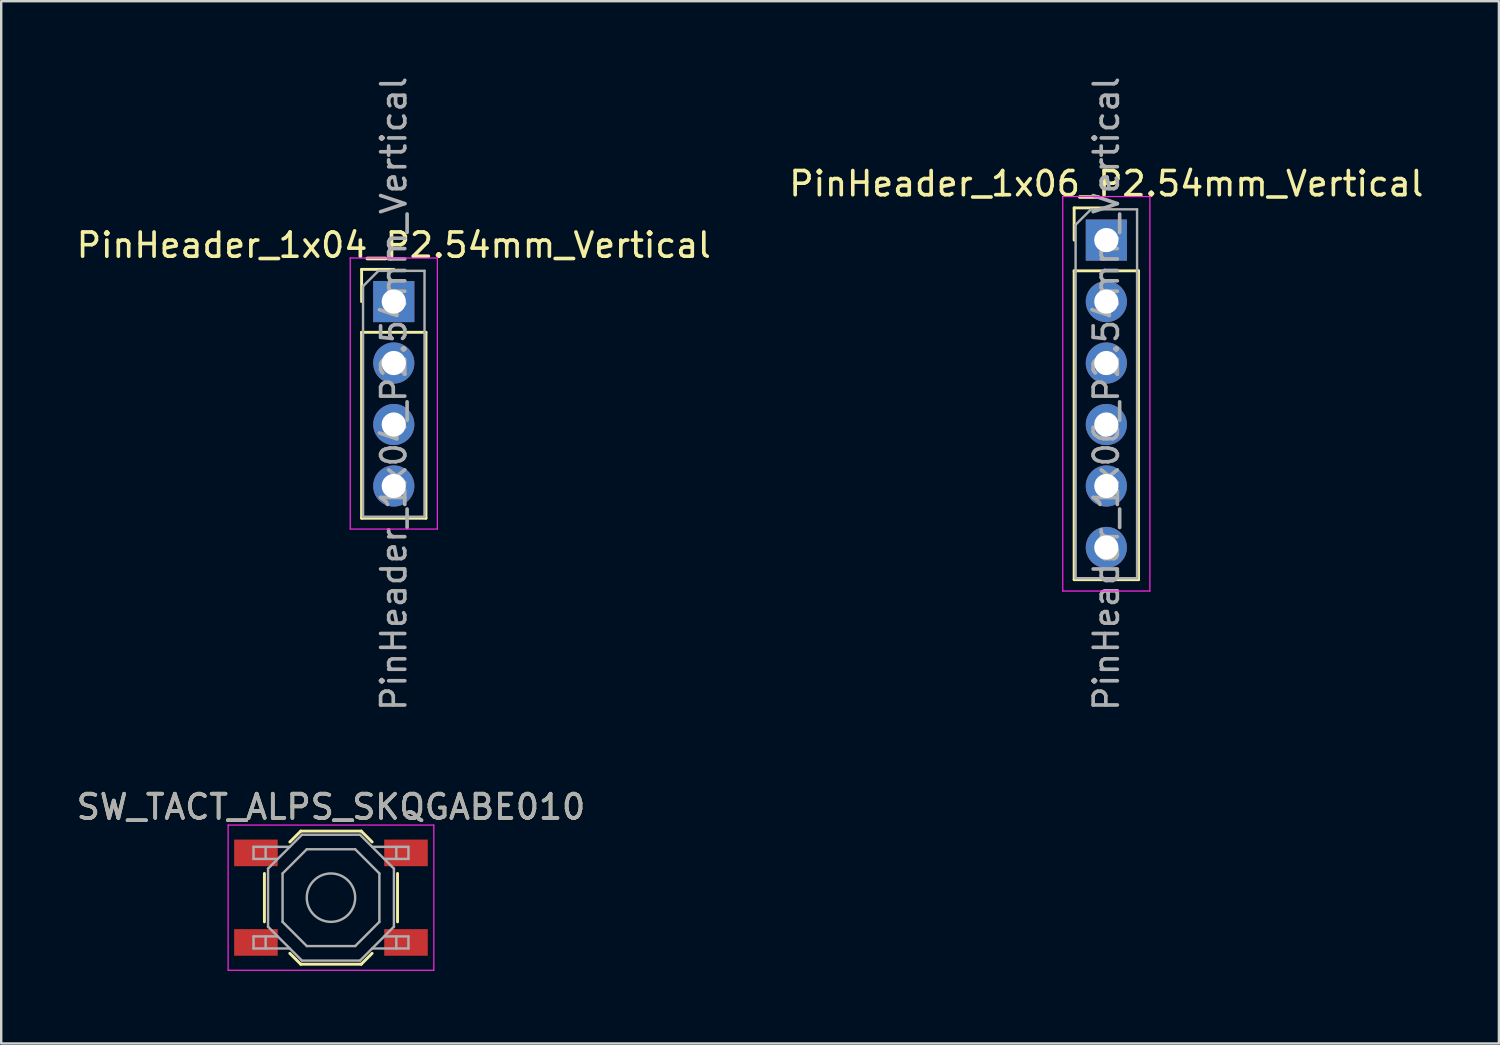
<source format=kicad_pcb>
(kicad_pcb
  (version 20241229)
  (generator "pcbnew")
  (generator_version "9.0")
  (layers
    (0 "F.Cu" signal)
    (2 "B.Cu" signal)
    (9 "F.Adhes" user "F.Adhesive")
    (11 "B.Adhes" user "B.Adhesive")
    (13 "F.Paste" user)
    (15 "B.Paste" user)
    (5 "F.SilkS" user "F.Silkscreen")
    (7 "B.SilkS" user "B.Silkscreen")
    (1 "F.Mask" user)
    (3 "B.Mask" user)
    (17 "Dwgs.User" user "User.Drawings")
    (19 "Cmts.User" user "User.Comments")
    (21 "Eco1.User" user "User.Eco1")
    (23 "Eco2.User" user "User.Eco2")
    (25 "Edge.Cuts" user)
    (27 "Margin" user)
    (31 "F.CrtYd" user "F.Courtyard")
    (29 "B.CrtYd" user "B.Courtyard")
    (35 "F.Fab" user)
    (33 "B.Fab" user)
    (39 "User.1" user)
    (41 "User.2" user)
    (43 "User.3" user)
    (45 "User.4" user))
  (footprint "SW_TACT_ALPS_SKQGABE010"
    (layer "F.Cu")
    (at 10.625 34.039)
    (property "Reference" "SW_TACT_ALPS_SKQGABE010" (at 0 -3.75 0) (layer "F.SilkS") (effects (font (size 1 1) (thickness 0.15))))
    (attr smd)
    (fp_line (start -2.75 -1) (end -2.75 1) (stroke (width 0.12) (type solid)) (layer "F.SilkS"))
    (fp_line (start -1.7 -2.3) (end -1.25 -2.75) (stroke (width 0.12) (type solid)) (layer "F.SilkS"))
    (fp_line (start -1.7 2.3) (end -1.25 2.75) (stroke (width 0.12) (type solid)) (layer "F.SilkS"))
    (fp_line (start -1.25 -2.75) (end 1.25 -2.75) (stroke (width 0.12) (type solid)) (layer "F.SilkS"))
    (fp_line (start -1.25 2.75) (end 1.25 2.75) (stroke (width 0.12) (type solid)) (layer "F.SilkS"))
    (fp_line (start 1.7 -2.3) (end 1.25 -2.75) (stroke (width 0.12) (type solid)) (layer "F.SilkS"))
    (fp_line (start 1.7 2.3) (end 1.25 2.75) (stroke (width 0.12) (type solid)) (layer "F.SilkS"))
    (fp_line (start 2.75 -1) (end 2.75 1) (stroke (width 0.12) (type solid)) (layer "F.SilkS"))
    (fp_line (start -4.25 -3) (end 4.25 -3) (stroke (width 0.05) (type solid)) (layer "F.CrtYd"))
    (fp_line (start -4.25 3) (end -4.25 -3) (stroke (width 0.05) (type solid)) (layer "F.CrtYd"))
    (fp_line (start 4.25 -3) (end 4.25 3) (stroke (width 0.05) (type solid)) (layer "F.CrtYd"))
    (fp_line (start 4.25 3) (end -4.25 3) (stroke (width 0.05) (type solid)) (layer "F.CrtYd"))
    (fp_line (start -3.2 -2.1) (end -3.2 -1.6) (stroke (width 0.1) (type solid)) (layer "F.Fab"))
    (fp_line (start -3.2 -1.6) (end -2.2 -1.6) (stroke (width 0.1) (type solid)) (layer "F.Fab"))
    (fp_line (start -3.2 1.6) (end -2.2 1.6) (stroke (width 0.1) (type solid)) (layer "F.Fab"))
    (fp_line (start -3.2 2.1) (end -3.2 1.6) (stroke (width 0.1) (type solid)) (layer "F.Fab"))
    (fp_line (start -2.7 -2.1) (end -2.7 -1.6) (stroke (width 0.1) (type solid)) (layer "F.Fab"))
    (fp_line (start -2.7 2.1) (end -2.7 1.6) (stroke (width 0.1) (type solid)) (layer "F.Fab"))
    (fp_line (start -2.6 -1.2) (end -2.6 1.2) (stroke (width 0.1) (type solid)) (layer "F.Fab"))
    (fp_line (start -2.6 1.2) (end -1.2 2.6) (stroke (width 0.1) (type solid)) (layer "F.Fab"))
    (fp_line (start -2 -1) (end -1 -2) (stroke (width 0.1) (type solid)) (layer "F.Fab"))
    (fp_line (start -2 1) (end -2 -1) (stroke (width 0.1) (type solid)) (layer "F.Fab"))
    (fp_line (start -1.7 -2.1) (end -3.2 -2.1) (stroke (width 0.1) (type solid)) (layer "F.Fab"))
    (fp_line (start -1.7 2.1) (end -3.2 2.1) (stroke (width 0.1) (type solid)) (layer "F.Fab"))
    (fp_line (start -1.2 -2.6) (end -2.6 -1.2) (stroke (width 0.1) (type solid)) (layer "F.Fab"))
    (fp_line (start -1.2 2.6) (end 1.2 2.6) (stroke (width 0.1) (type solid)) (layer "F.Fab"))
    (fp_line (start -1 -2) (end 1 -2) (stroke (width 0.1) (type solid)) (layer "F.Fab"))
    (fp_line (start -1 2) (end -2 1) (stroke (width 0.1) (type solid)) (layer "F.Fab"))
    (fp_line (start 1 -2) (end 2 -1) (stroke (width 0.1) (type solid)) (layer "F.Fab"))
    (fp_line (start 1 2) (end -1 2) (stroke (width 0.1) (type solid)) (layer "F.Fab"))
    (fp_line (start 1.2 -2.6) (end -1.2 -2.6) (stroke (width 0.1) (type solid)) (layer "F.Fab"))
    (fp_line (start 1.2 2.6) (end 2.6 1.2) (stroke (width 0.1) (type solid)) (layer "F.Fab"))
    (fp_line (start 1.7 -2.1) (end 3.2 -2.1) (stroke (width 0.1) (type solid)) (layer "F.Fab"))
    (fp_line (start 1.7 2.1) (end 3.2 2.1) (stroke (width 0.1) (type solid)) (layer "F.Fab"))
    (fp_line (start 2 -1) (end 2 1) (stroke (width 0.1) (type solid)) (layer "F.Fab"))
    (fp_line (start 2 1) (end 1 2) (stroke (width 0.1) (type solid)) (layer "F.Fab"))
    (fp_line (start 2.6 -1.2) (end 1.2 -2.6) (stroke (width 0.1) (type solid)) (layer "F.Fab"))
    (fp_line (start 2.6 1.2) (end 2.6 -1.2) (stroke (width 0.1) (type solid)) (layer "F.Fab"))
    (fp_line (start 2.7 -2.1) (end 2.7 -1.6) (stroke (width 0.1) (type solid)) (layer "F.Fab"))
    (fp_line (start 2.7 2.1) (end 2.7 1.6) (stroke (width 0.1) (type solid)) (layer "F.Fab"))
    (fp_line (start 3.2 -2.1) (end 3.2 -1.6) (stroke (width 0.1) (type solid)) (layer "F.Fab"))
    (fp_line (start 3.2 -1.6) (end 2.2 -1.6) (stroke (width 0.1) (type solid)) (layer "F.Fab"))
    (fp_line (start 3.2 1.6) (end 2.2 1.6) (stroke (width 0.1) (type solid)) (layer "F.Fab"))
    (fp_line (start 3.2 2.1) (end 3.2 1.6) (stroke (width 0.1) (type solid)) (layer "F.Fab"))
    (fp_circle (center 0 0) (end 1 0) (stroke (width 0.1) (type solid)) (fill no) (layer "F.Fab"))
    (fp_text user "${REFERENCE}" (at 0 -3.75 0) (layer "F.Fab") (effects (font (size 1 1) (thickness 0.15))))
    (pad "1" smd rect (at -3.1 -1.85) (size 1.8 1.1) (layers "F.Cu" "F.Mask" "F.Paste"))
    (pad "1" smd rect (at 3.1 -1.85) (size 1.8 1.1) (layers "F.Cu" "F.Mask" "F.Paste"))
    (pad "2" smd rect (at -3.1 1.85) (size 1.8 1.1) (layers "F.Cu" "F.Mask" "F.Paste"))
    (pad "2" smd rect (at 3.1 1.85) (size 1.8 1.1) (layers "F.Cu" "F.Mask" "F.Paste")))
  (footprint "PinHeader_1x04_P2.54mm_Vertical"
    (layer "F.Cu")
    (at 13.22 9.41)
    (property "Reference" "PinHeader_1x04_P2.54mm_Vertical" (at 0 -2.33 0) (layer "F.SilkS") (effects (font (size 1 1) (thickness 0.15))))
    (attr through_hole)
    (fp_line (start -1.33 -1.33) (end 0 -1.33) (stroke (width 0.12) (type solid)) (layer "F.SilkS"))
    (fp_line (start -1.33 0) (end -1.33 -1.33) (stroke (width 0.12) (type solid)) (layer "F.SilkS"))
    (fp_line (start -1.33 1.27) (end -1.33 8.95) (stroke (width 0.12) (type solid)) (layer "F.SilkS"))
    (fp_line (start -1.33 1.27) (end 1.33 1.27) (stroke (width 0.12) (type solid)) (layer "F.SilkS"))
    (fp_line (start -1.33 8.95) (end 1.33 8.95) (stroke (width 0.12) (type solid)) (layer "F.SilkS"))
    (fp_line (start 1.33 1.27) (end 1.33 8.95) (stroke (width 0.12) (type solid)) (layer "F.SilkS"))
    (fp_line (start -1.8 -1.8) (end -1.8 9.4) (stroke (width 0.05) (type solid)) (layer "F.CrtYd"))
    (fp_line (start -1.8 9.4) (end 1.8 9.4) (stroke (width 0.05) (type solid)) (layer "F.CrtYd"))
    (fp_line (start 1.8 -1.8) (end -1.8 -1.8) (stroke (width 0.05) (type solid)) (layer "F.CrtYd"))
    (fp_line (start 1.8 9.4) (end 1.8 -1.8) (stroke (width 0.05) (type solid)) (layer "F.CrtYd"))
    (fp_line (start -1.27 -0.635) (end -0.635 -1.27) (stroke (width 0.1) (type solid)) (layer "F.Fab"))
    (fp_line (start -1.27 8.89) (end -1.27 -0.635) (stroke (width 0.1) (type solid)) (layer "F.Fab"))
    (fp_line (start -0.635 -1.27) (end 1.27 -1.27) (stroke (width 0.1) (type solid)) (layer "F.Fab"))
    (fp_line (start 1.27 -1.27) (end 1.27 8.89) (stroke (width 0.1) (type solid)) (layer "F.Fab"))
    (fp_line (start 1.27 8.89) (end -1.27 8.89) (stroke (width 0.1) (type solid)) (layer "F.Fab"))
    (fp_text user "${REFERENCE}" (at 0 3.81 90) (layer "F.Fab") (effects (font (size 1 1) (thickness 0.15))))
    (pad "1" thru_hole rect (at 0 0) (size 1.7 1.7) (drill 1) (layers "*.Cu" "*.Mask"))
    (pad "2" thru_hole oval (at 0 2.54) (size 1.7 1.7) (drill 1) (layers "*.Cu" "*.Mask"))
    (pad "3" thru_hole oval (at 0 5.08) (size 1.7 1.7) (drill 1) (layers "*.Cu" "*.Mask"))
    (pad "4" thru_hole oval (at 0 7.62) (size 1.7 1.7) (drill 1) (layers "*.Cu" "*.Mask")))
  (footprint "PinHeader_1x06_P2.54mm_Vertical"
    (layer "F.Cu")
    (at 42.661 6.87)
    (property "Reference" "PinHeader_1x06_P2.54mm_Vertical" (at 0 -2.33 0) (layer "F.SilkS") (effects (font (size 1 1) (thickness 0.15))))
    (attr through_hole)
    (fp_line (start -1.33 -1.33) (end 0 -1.33) (stroke (width 0.12) (type solid)) (layer "F.SilkS"))
    (fp_line (start -1.33 0) (end -1.33 -1.33) (stroke (width 0.12) (type solid)) (layer "F.SilkS"))
    (fp_line (start -1.33 1.27) (end -1.33 14.03) (stroke (width 0.12) (type solid)) (layer "F.SilkS"))
    (fp_line (start -1.33 1.27) (end 1.33 1.27) (stroke (width 0.12) (type solid)) (layer "F.SilkS"))
    (fp_line (start -1.33 14.03) (end 1.33 14.03) (stroke (width 0.12) (type solid)) (layer "F.SilkS"))
    (fp_line (start 1.33 1.27) (end 1.33 14.03) (stroke (width 0.12) (type solid)) (layer "F.SilkS"))
    (fp_line (start -1.8 -1.8) (end -1.8 14.5) (stroke (width 0.05) (type solid)) (layer "F.CrtYd"))
    (fp_line (start -1.8 14.5) (end 1.8 14.5) (stroke (width 0.05) (type solid)) (layer "F.CrtYd"))
    (fp_line (start 1.8 -1.8) (end -1.8 -1.8) (stroke (width 0.05) (type solid)) (layer "F.CrtYd"))
    (fp_line (start 1.8 14.5) (end 1.8 -1.8) (stroke (width 0.05) (type solid)) (layer "F.CrtYd"))
    (fp_line (start -1.27 -0.635) (end -0.635 -1.27) (stroke (width 0.1) (type solid)) (layer "F.Fab"))
    (fp_line (start -1.27 13.97) (end -1.27 -0.635) (stroke (width 0.1) (type solid)) (layer "F.Fab"))
    (fp_line (start -0.635 -1.27) (end 1.27 -1.27) (stroke (width 0.1) (type solid)) (layer "F.Fab"))
    (fp_line (start 1.27 -1.27) (end 1.27 13.97) (stroke (width 0.1) (type solid)) (layer "F.Fab"))
    (fp_line (start 1.27 13.97) (end -1.27 13.97) (stroke (width 0.1) (type solid)) (layer "F.Fab"))
    (fp_text user "${REFERENCE}" (at 0 6.35 90) (layer "F.Fab") (effects (font (size 1 1) (thickness 0.15))))
    (pad "1" thru_hole rect (at 0 0) (size 1.7 1.7) (drill 1) (layers "*.Cu" "*.Mask"))
    (pad "2" thru_hole oval (at 0 2.54) (size 1.7 1.7) (drill 1) (layers "*.Cu" "*.Mask"))
    (pad "3" thru_hole oval (at 0 5.08) (size 1.7 1.7) (drill 1) (layers "*.Cu" "*.Mask"))
    (pad "4" thru_hole oval (at 0 7.62) (size 1.7 1.7) (drill 1) (layers "*.Cu" "*.Mask"))
    (pad "5" thru_hole oval (at 0 10.16) (size 1.7 1.7) (drill 1) (layers "*.Cu" "*.Mask"))
    (pad "6" thru_hole oval (at 0 12.7) (size 1.7 1.7) (drill 1) (layers "*.Cu" "*.Mask")))
  (gr_rect
    (start -3 -3)
    (end 58.881 40.064)
    (stroke (width 0.1) (type default))
    (fill no)
    (layer "Edge.Cuts")))
</source>
